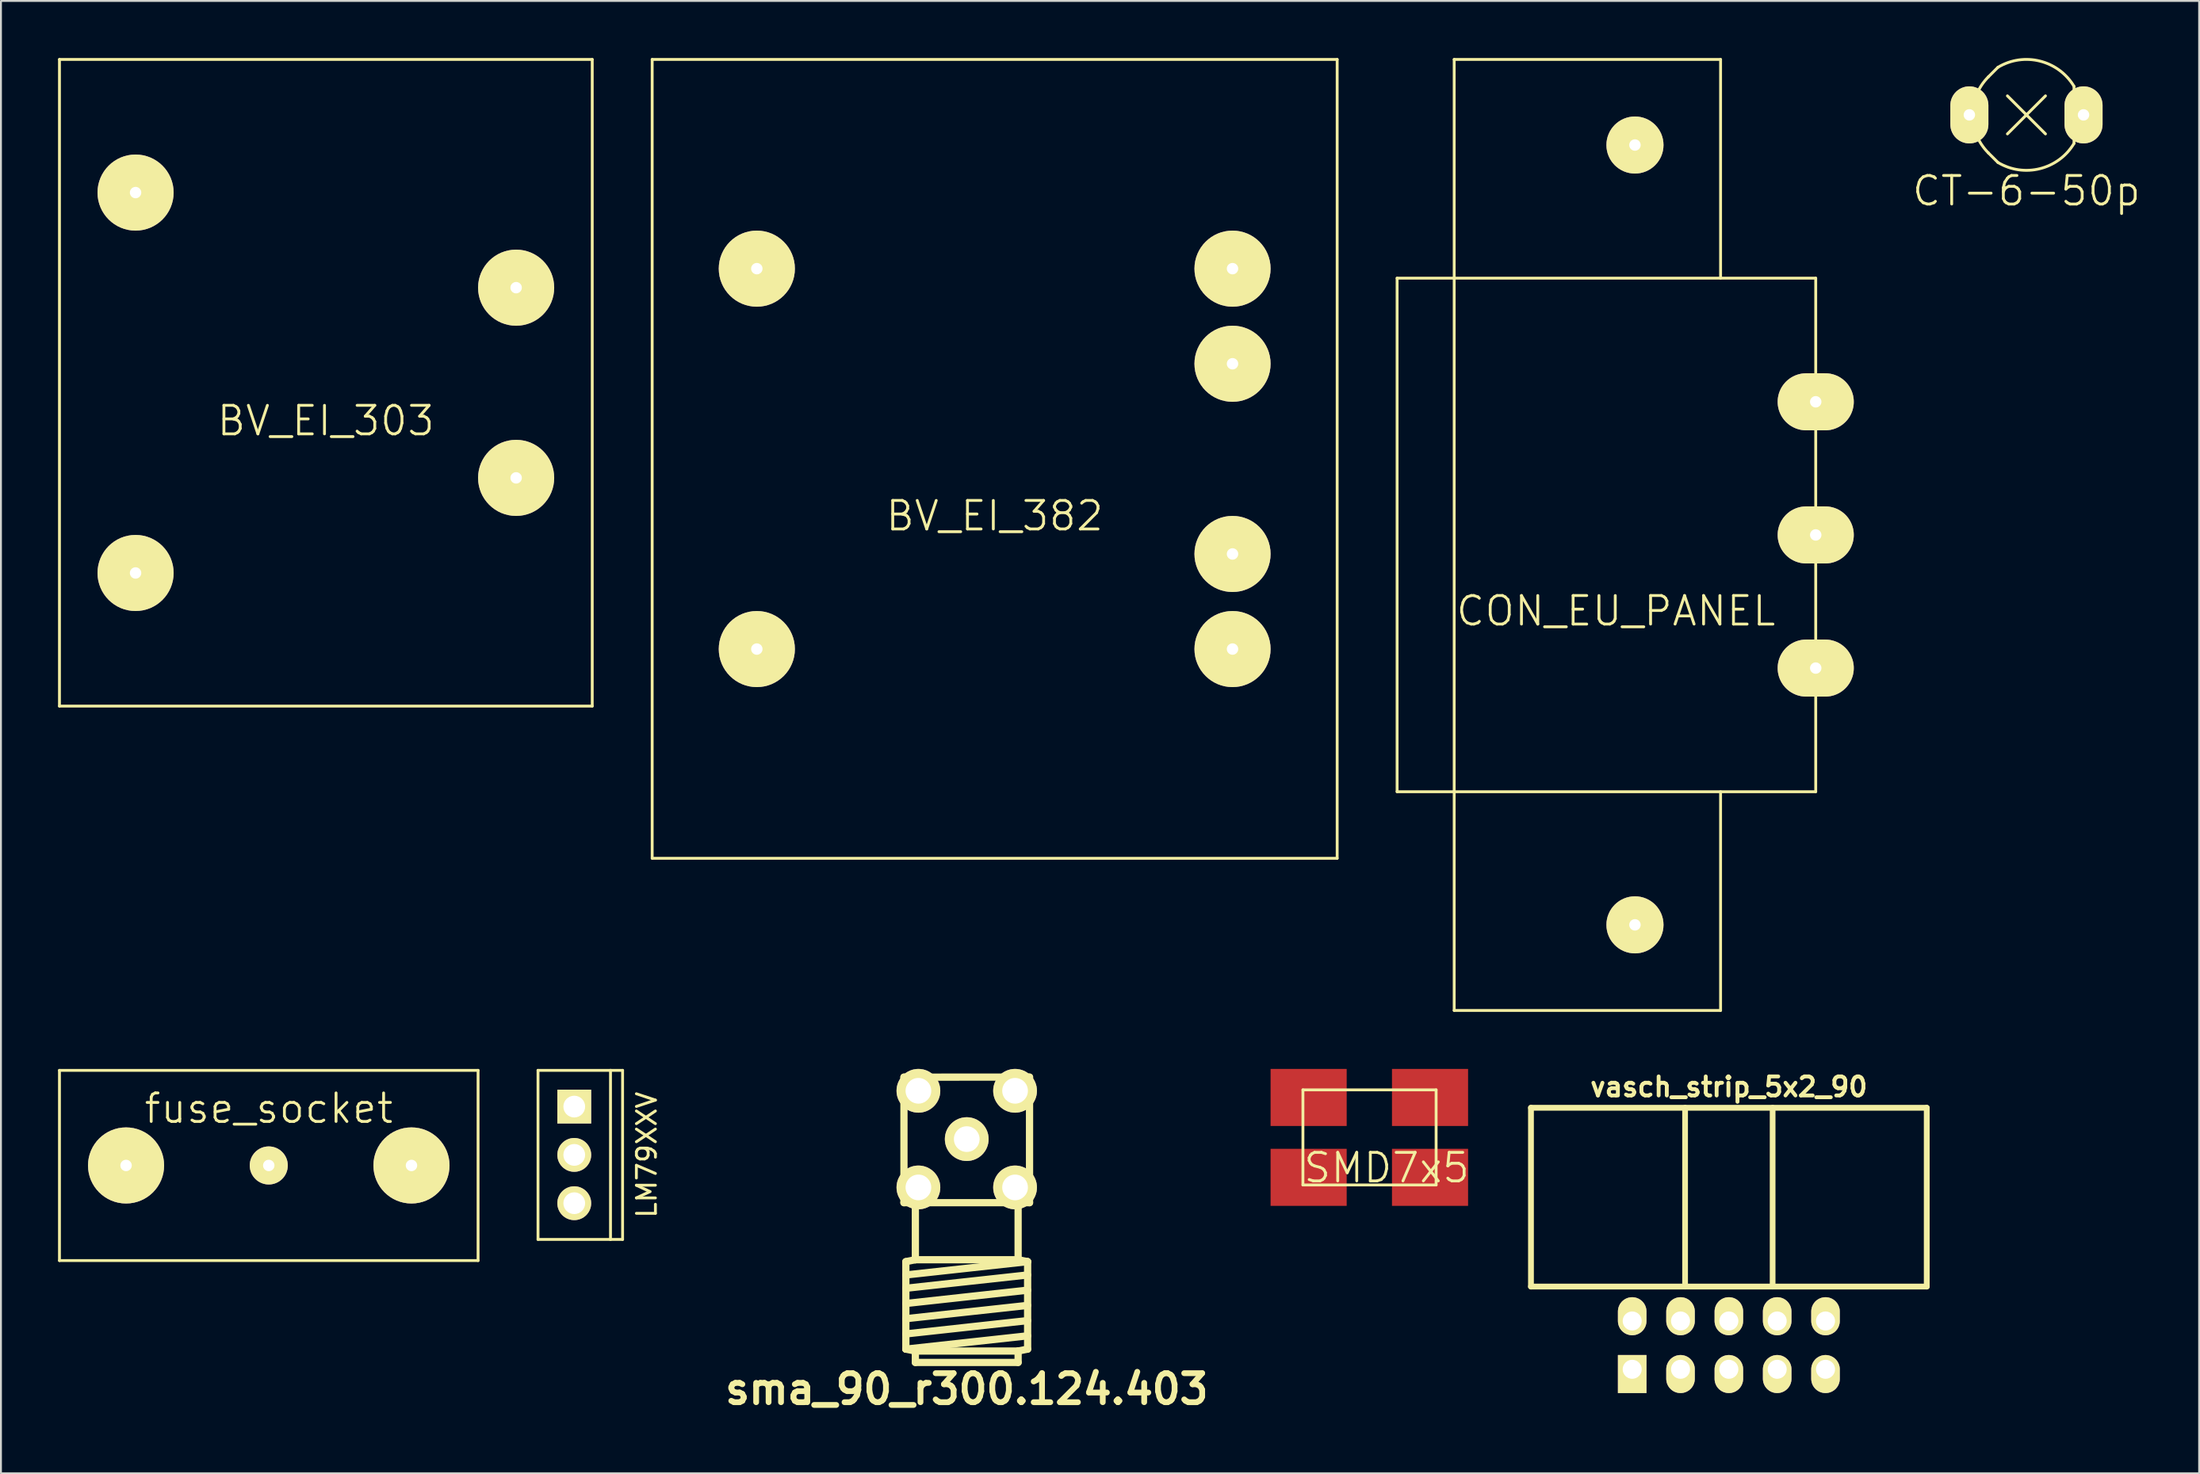
<source format=kicad_pcb>
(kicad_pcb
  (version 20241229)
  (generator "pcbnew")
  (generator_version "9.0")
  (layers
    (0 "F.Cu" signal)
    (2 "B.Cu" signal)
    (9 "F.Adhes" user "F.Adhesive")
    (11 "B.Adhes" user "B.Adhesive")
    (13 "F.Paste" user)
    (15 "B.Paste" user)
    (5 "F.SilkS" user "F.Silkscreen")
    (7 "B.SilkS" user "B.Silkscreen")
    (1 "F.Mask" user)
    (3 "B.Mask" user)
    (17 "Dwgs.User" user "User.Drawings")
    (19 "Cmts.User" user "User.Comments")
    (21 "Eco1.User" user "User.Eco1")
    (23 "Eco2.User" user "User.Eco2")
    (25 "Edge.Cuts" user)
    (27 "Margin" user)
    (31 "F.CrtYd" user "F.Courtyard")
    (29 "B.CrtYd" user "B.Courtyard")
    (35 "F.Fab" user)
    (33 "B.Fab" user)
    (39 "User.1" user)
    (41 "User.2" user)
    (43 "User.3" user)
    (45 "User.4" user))
  (footprint "sma_90_r300.124.403"
    (layer "F.Cu")
    (at 47.757 61.082)
    (property "Reference" "sma_90_r300.124.403" (at 0 8.9 0) (layer "F.SilkS") (effects (font (size 1.524 1.524) (thickness 0.305))))
    (attr through_hole)
    (fp_line (start -3.3 -7.5) (end 3.3 -7.502) (stroke (width 0.381) (type solid)) (layer "F.SilkS"))
    (fp_line (start -3.3 -0.9) (end -3.3 -7.5) (stroke (width 0.381) (type solid)) (layer "F.SilkS"))
    (fp_line (start -3.2 2.2) (end -3.2 6.8) (stroke (width 0.381) (type solid)) (layer "F.SilkS"))
    (fp_line (start -3.2 2.2) (end -2.7 2.1) (stroke (width 0.381) (type solid)) (layer "F.SilkS"))
    (fp_line (start -3.2 2.9) (end 3.2 2.2) (stroke (width 0.381) (type solid)) (layer "F.SilkS"))
    (fp_line (start -3.2 3.6) (end 3.2 2.9) (stroke (width 0.381) (type solid)) (layer "F.SilkS"))
    (fp_line (start -3.2 4.4) (end 3.2 3.7) (stroke (width 0.381) (type solid)) (layer "F.SilkS"))
    (fp_line (start -3.2 5.2) (end 3.2 4.5) (stroke (width 0.381) (type solid)) (layer "F.SilkS"))
    (fp_line (start -3.2 6) (end 3.2 5.3) (stroke (width 0.381) (type solid)) (layer "F.SilkS"))
    (fp_line (start -3.2 6.8) (end -2.7 6.9) (stroke (width 0.381) (type solid)) (layer "F.SilkS"))
    (fp_line (start -3.2 6.8) (end 3.2 6.1) (stroke (width 0.381) (type solid)) (layer "F.SilkS"))
    (fp_line (start -2.7 2.1) (end -2.7 -0.9) (stroke (width 0.381) (type solid)) (layer "F.SilkS"))
    (fp_line (start -2.7 2.1) (end 2.7 2.1) (stroke (width 0.381) (type solid)) (layer "F.SilkS"))
    (fp_line (start -2.7 6.9) (end 2.7 6.9) (stroke (width 0.381) (type solid)) (layer "F.SilkS"))
    (fp_line (start -2.7 7.5) (end -2.7 6.9) (stroke (width 0.381) (type solid)) (layer "F.SilkS"))
    (fp_line (start -2.7 7.5) (end 2.7 7.5) (stroke (width 0.381) (type solid)) (layer "F.SilkS"))
    (fp_line (start 2.7 -0.9) (end 2.7 2.1) (stroke (width 0.381) (type solid)) (layer "F.SilkS"))
    (fp_line (start 2.7 2.1) (end 3.2 2.2) (stroke (width 0.381) (type solid)) (layer "F.SilkS"))
    (fp_line (start 2.7 6.9) (end 3.2 6.8) (stroke (width 0.381) (type solid)) (layer "F.SilkS"))
    (fp_line (start 2.7 7.5) (end 2.7 6.9) (stroke (width 0.381) (type solid)) (layer "F.SilkS"))
    (fp_line (start 3.2 2.2) (end 3.2 6.8) (stroke (width 0.381) (type solid)) (layer "F.SilkS"))
    (fp_line (start 3.3 -7.5) (end 3.3 -0.9) (stroke (width 0.381) (type solid)) (layer "F.SilkS"))
    (fp_line (start 3.3 -0.9) (end -3.3 -0.9) (stroke (width 0.381) (type solid)) (layer "F.SilkS"))
    (pad "1" thru_hole circle (at 0 -4.242) (size 2.3 2.3) (drill 1.35) (layers "*.Cu" "*.Mask" "F.SilkS"))
    (pad "2" thru_hole circle (at -2.54 -6.782) (size 2.3 2.3) (drill 1.35) (layers "*.Cu" "*.Mask" "F.SilkS"))
    (pad "2" thru_hole circle (at -2.54 -1.702) (size 2.3 2.3) (drill 1.35) (layers "*.Cu" "*.Mask" "F.SilkS"))
    (pad "2" thru_hole circle (at 2.54 -6.782) (size 2.3 2.3) (drill 1.35) (layers "*.Cu" "*.Mask" "F.SilkS"))
    (pad "2" thru_hole circle (at 2.54 -1.702) (size 2.3 2.3) (drill 1.35) (layers "*.Cu" "*.Mask" "F.SilkS")))
  (footprint "vasch_strip_5x2_90"
    (layer "F.Cu")
    (at 87.81 62.592)
    (property "Reference" "vasch_strip_5x2_90" (at 0 -8.5 0) (layer "F.SilkS") (effects (font (size 1 1) (thickness 0.203))))
    (attr through_hole)
    (fp_line (start -10.4 -7.4) (end -10.4 2) (stroke (width 0.305) (type solid)) (layer "F.SilkS"))
    (fp_line (start -10.4 2) (end 10.4 2) (stroke (width 0.305) (type solid)) (layer "F.SilkS"))
    (fp_line (start -2.3 -7.4) (end -2.3 2) (stroke (width 0.3) (type solid)) (layer "F.SilkS"))
    (fp_line (start 2.3 -7.4) (end 2.3 2) (stroke (width 0.3) (type solid)) (layer "F.SilkS"))
    (fp_line (start 10.4 -7.4) (end -10.4 -7.4) (stroke (width 0.305) (type solid)) (layer "F.SilkS"))
    (fp_line (start 10.4 -7.4) (end 10.4 2) (stroke (width 0.305) (type solid)) (layer "F.SilkS"))
    (pad "1" thru_hole rect (at -5.08 6.35) (size 1.5 2) (drill 1 (offset 0 0.25)) (layers "*.Cu" "*.Mask" "F.SilkS"))
    (pad "2" thru_hole oval (at -5.08 3.81) (size 1.5 2) (drill 1 (offset 0 -0.25)) (layers "*.Cu" "*.Mask" "F.SilkS"))
    (pad "3" thru_hole oval (at -2.54 6.35) (size 1.5 2) (drill 1 (offset 0 0.25)) (layers "*.Cu" "*.Mask" "F.SilkS"))
    (pad "4" thru_hole oval (at -2.54 3.81) (size 1.5 2) (drill 1 (offset 0 -0.25)) (layers "*.Cu" "*.Mask" "F.SilkS"))
    (pad "5" thru_hole oval (at 0 6.35) (size 1.5 2) (drill 1 (offset 0 0.25)) (layers "*.Cu" "*.Mask" "F.SilkS"))
    (pad "6" thru_hole oval (at 0 3.81) (size 1.5 2) (drill 1 (offset 0 -0.25)) (layers "*.Cu" "*.Mask" "F.SilkS"))
    (pad "7" thru_hole oval (at 2.54 6.35) (size 1.5 2) (drill 1 (offset 0 0.25)) (layers "*.Cu" "*.Mask" "F.SilkS"))
    (pad "8" thru_hole oval (at 2.54 3.81) (size 1.5 2) (drill 1 (offset 0 -0.25)) (layers "*.Cu" "*.Mask" "F.SilkS"))
    (pad "9" thru_hole oval (at 5.08 6.35) (size 1.5 2) (drill 1 (offset 0 0.25)) (layers "*.Cu" "*.Mask" "F.SilkS"))
    (pad "10" thru_hole oval (at 5.08 3.81) (size 1.5 2) (drill 1 (offset 0 -0.25)) (layers "*.Cu" "*.Mask" "F.SilkS")))
  (footprint "CON_EU_PANEL"
    (layer "F.Cu")
    (at 92.375 25.075)
    (property "Reference" "CON_EU_PANEL" (at -10.5 4 0) (layer "F.SilkS") (effects (font (size 1.5 1.5) (thickness 0.15))))
    (attr through_hole)
    (fp_line (start -22 -13.5) (end -19 -13.5) (stroke (width 0.15) (type solid)) (layer "F.SilkS"))
    (fp_line (start -22 13.5) (end -22 -13.5) (stroke (width 0.15) (type solid)) (layer "F.SilkS"))
    (fp_line (start -19 -25) (end -5 -25) (stroke (width 0.15) (type solid)) (layer "F.SilkS"))
    (fp_line (start -19 -13.5) (end -19 -25) (stroke (width 0.15) (type solid)) (layer "F.SilkS"))
    (fp_line (start -19 -13.5) (end -19 13.5) (stroke (width 0.15) (type solid)) (layer "F.SilkS"))
    (fp_line (start -19 13.5) (end -22 13.5) (stroke (width 0.15) (type solid)) (layer "F.SilkS"))
    (fp_line (start -19 13.5) (end -19 25) (stroke (width 0.15) (type solid)) (layer "F.SilkS"))
    (fp_line (start -19 13.5) (end 0 13.5) (stroke (width 0.15) (type solid)) (layer "F.SilkS"))
    (fp_line (start -19 25) (end -5 25) (stroke (width 0.15) (type solid)) (layer "F.SilkS"))
    (fp_line (start -5 -25) (end -5 -13.5) (stroke (width 0.15) (type solid)) (layer "F.SilkS"))
    (fp_line (start -5 25) (end -5 13.5) (stroke (width 0.15) (type solid)) (layer "F.SilkS"))
    (fp_line (start 0 -13.5) (end -19 -13.5) (stroke (width 0.15) (type solid)) (layer "F.SilkS"))
    (fp_line (start 0 13.5) (end 0 -13.5) (stroke (width 0.15) (type solid)) (layer "F.SilkS"))
    (pad "" np_thru_hole circle (at -9.5 -20.5) (size 3 3) (drill 0.6) (layers "*.Cu" "*.Mask" "F.SilkS"))
    (pad "" np_thru_hole circle (at -9.5 20.5) (size 3 3) (drill 0.6) (layers "*.Cu" "*.Mask" "F.SilkS"))
    (pad "1" thru_hole oval (at 0 -7) (size 4 3) (drill 0.6) (layers "*.Cu" "*.Mask" "F.SilkS"))
    (pad "2" thru_hole oval (at 0 0) (size 4 3) (drill 0.6) (layers "*.Cu" "*.Mask" "F.SilkS"))
    (pad "3" thru_hole oval (at 0 7) (size 4 3) (drill 0.6) (layers "*.Cu" "*.Mask" "F.SilkS")))
  (footprint "CT-6-50p"
    (layer "F.Cu")
    (at 103.45 2.99)
    (property "Reference" "CT-6-50p" (at 0 4 0) (layer "F.SilkS") (effects (font (size 1.5 1.5) (thickness 0.15))))
    (attr through_hole)
    (fp_line (start -2 -2) (end -1.5 -2.5) (stroke (width 0.15) (type solid)) (layer "F.SilkS"))
    (fp_line (start -2 2) (end -1.5 2.5) (stroke (width 0.15) (type solid)) (layer "F.SilkS"))
    (fp_line (start -1 1) (end 1 -1) (stroke (width 0.15) (type solid)) (layer "F.SilkS"))
    (fp_line (start 1 1) (end -1 -1) (stroke (width 0.15) (type solid)) (layer "F.SilkS"))
    (fp_line (start 2.5 -1.5) (end 2.5 0) (stroke (width 0.15) (type solid)) (layer "F.SilkS"))
    (fp_line (start 2.5 0) (end 2.5 1.5) (stroke (width 0.15) (type solid)) (layer "F.SilkS"))
    (fp_arc (start -2 2) (mid -2.828427 0) (end -2 -2) (stroke (width 0.15) (type solid)) (layer "F.SilkS"))
    (fp_arc (start -1.5 -2.5) (mid 0.707107 -2.828427) (end 2.5 -1.5) (stroke (width 0.15) (type solid)) (layer "F.SilkS"))
    (fp_arc (start 2.5 1.5) (mid 0.707107 2.828427) (end -1.5 2.5) (stroke (width 0.15) (type solid)) (layer "F.SilkS"))
    (pad "1" thru_hole oval (at -3 0) (size 2 3) (drill 0.6) (layers "*.Cu" "*.Mask" "F.SilkS"))
    (pad "2" thru_hole oval (at 3 0) (size 2 3) (drill 0.6) (layers "*.Cu" "*.Mask" "F.SilkS")))
  (footprint "LM79XXV"
    (layer "F.Cu")
    (at 27.13 57.67)
    (property "Reference" "LM79XXV" (at 3.81 0 90) (layer "F.SilkS") (effects (font (size 1 1) (thickness 0.15))))
    (attr through_hole)
    (fp_line (start -1.905 -4.445) (end 1.905 -4.445) (stroke (width 0.15) (type solid)) (layer "F.SilkS"))
    (fp_line (start -1.905 4.445) (end -1.905 -4.445) (stroke (width 0.15) (type solid)) (layer "F.SilkS"))
    (fp_line (start 1.905 -4.445) (end 1.905 4.445) (stroke (width 0.15) (type solid)) (layer "F.SilkS"))
    (fp_line (start 1.905 -4.445) (end 2.54 -4.445) (stroke (width 0.15) (type solid)) (layer "F.SilkS"))
    (fp_line (start 1.905 4.445) (end -1.905 4.445) (stroke (width 0.15) (type solid)) (layer "F.SilkS"))
    (fp_line (start 2.54 -4.445) (end 2.54 4.445) (stroke (width 0.15) (type solid)) (layer "F.SilkS"))
    (fp_line (start 2.54 4.445) (end 1.905 4.445) (stroke (width 0.15) (type solid)) (layer "F.SilkS"))
    (pad "GND" thru_hole rect (at 0 -2.54) (size 1.778 1.778) (drill 1.143) (layers "*.Cu" "*.Mask" "F.SilkS"))
    (pad "VI" thru_hole circle (at 0 0) (size 1.778 1.778) (drill 1.143) (layers "*.Cu" "*.Mask" "F.SilkS"))
    (pad "VO" thru_hole circle (at 0 2.54) (size 1.778 1.778) (drill 1.143) (layers "*.Cu" "*.Mask" "F.SilkS")))
  (footprint "SMD7x5"
    (layer "F.Cu")
    (at 68.825 56.85)
    (property "Reference" "SMD7x5" (at 1 1.5 0) (layer "F.SilkS") (effects (font (size 1.5 1.5) (thickness 0.15))))
    (attr through_hole)
    (fp_line (start -3.4 -2.6) (end -3.4 2.4) (stroke (width 0.15) (type solid)) (layer "F.SilkS"))
    (fp_line (start -3.4 2.4) (end 3.6 2.4) (stroke (width 0.15) (type solid)) (layer "F.SilkS"))
    (fp_line (start 3.6 -2.6) (end -3.4 -2.6) (stroke (width 0.15) (type solid)) (layer "F.SilkS"))
    (fp_line (start 3.6 2.4) (end 3.6 -2.6) (stroke (width 0.15) (type solid)) (layer "F.SilkS"))
    (pad "1" smd rect (at -3.1 2) (size 4 3) (layers "F.Cu" "F.Mask" "F.Paste"))
    (pad "2" smd rect (at 3.28 2) (size 4 3) (layers "F.Cu" "F.Mask" "F.Paste"))
    (pad "3" smd rect (at 3.28 -2.2) (size 4 3) (layers "F.Cu" "F.Mask" "F.Paste"))
    (pad "4" smd rect (at -3.1 -2.2) (size 4 3) (layers "F.Cu" "F.Mask" "F.Paste")))
  (footprint "fuse_socket"
    (layer "F.Cu")
    (at 11.075 58.225)
    (property "Reference" "fuse_socket" (at 0 -3 0) (layer "F.SilkS") (effects (font (size 1.5 1.5) (thickness 0.15))))
    (attr through_hole)
    (fp_line (start -11 -5) (end 11 -5) (stroke (width 0.15) (type solid)) (layer "F.SilkS"))
    (fp_line (start -11 5) (end -11 -5) (stroke (width 0.15) (type solid)) (layer "F.SilkS"))
    (fp_line (start 11 -5) (end 11 5) (stroke (width 0.15) (type solid)) (layer "F.SilkS"))
    (fp_line (start 11 5) (end -11 5) (stroke (width 0.15) (type solid)) (layer "F.SilkS"))
    (pad "" np_thru_hole circle (at 0 0) (size 2 2) (drill 0.6) (layers "*.Cu" "*.Mask" "F.SilkS"))
    (pad "1" thru_hole circle (at -7.5 0) (size 4 4) (drill 0.6) (layers "*.Cu" "*.Mask" "F.SilkS"))
    (pad "2" thru_hole circle (at 7.5 0) (size 4 4) (drill 0.6) (layers "*.Cu" "*.Mask" "F.SilkS")))
  (footprint "BV_EI_382"
    (layer "F.Cu")
    (at 49.225 21.075)
    (property "Reference" "BV_EI_382" (at 0 3 0) (layer "F.SilkS") (effects (font (size 1.5 1.5) (thickness 0.15))))
    (attr through_hole)
    (fp_line (start -18 -21) (end -18 21) (stroke (width 0.15) (type solid)) (layer "F.SilkS"))
    (fp_line (start -18 21) (end 18 21) (stroke (width 0.15) (type solid)) (layer "F.SilkS"))
    (fp_line (start 18 -21) (end -18 -21) (stroke (width 0.15) (type solid)) (layer "F.SilkS"))
    (fp_line (start 18 21) (end 18 -21) (stroke (width 0.15) (type solid)) (layer "F.SilkS"))
    (pad "1" thru_hole circle (at -12.5 -10) (size 4 4) (drill 0.6) (layers "*.Cu" "*.Mask" "F.SilkS"))
    (pad "2" thru_hole circle (at -12.5 10) (size 4 4) (drill 0.6) (layers "*.Cu" "*.Mask" "F.SilkS"))
    (pad "3" thru_hole circle (at 12.5 -10) (size 4 4) (drill 0.6) (layers "*.Cu" "*.Mask" "F.SilkS"))
    (pad "4" thru_hole circle (at 12.5 -5) (size 4 4) (drill 0.6) (layers "*.Cu" "*.Mask" "F.SilkS"))
    (pad "5" thru_hole circle (at 12.5 5) (size 4 4) (drill 0.6) (layers "*.Cu" "*.Mask" "F.SilkS"))
    (pad "6" thru_hole circle (at 12.5 10) (size 4 4) (drill 0.6) (layers "*.Cu" "*.Mask" "F.SilkS")))
  (footprint "BV_EI_303"
    (layer "F.Cu")
    (at 14.075 17.075)
    (property "Reference" "BV_EI_303" (at 0 2 0) (layer "F.SilkS") (effects (font (size 1.5 1.5) (thickness 0.15))))
    (attr through_hole)
    (fp_line (start -14 -17) (end -14 17) (stroke (width 0.15) (type solid)) (layer "F.SilkS"))
    (fp_line (start -14 17) (end 14 17) (stroke (width 0.15) (type solid)) (layer "F.SilkS"))
    (fp_line (start 14 -17) (end -14 -17) (stroke (width 0.15) (type solid)) (layer "F.SilkS"))
    (fp_line (start 14 17) (end 14 -17) (stroke (width 0.15) (type solid)) (layer "F.SilkS"))
    (pad "1" thru_hole circle (at -10 -10) (size 4 4) (drill 0.6) (layers "*.Cu" "*.Mask" "F.SilkS"))
    (pad "2" thru_hole circle (at -10 10) (size 4 4) (drill 0.6) (layers "*.Cu" "*.Mask" "F.SilkS"))
    (pad "3" thru_hole circle (at 10 5) (size 4 4) (drill 0.6) (layers "*.Cu" "*.Mask" "F.SilkS"))
    (pad "4" thru_hole circle (at 10 -5) (size 4 4) (drill 0.6) (layers "*.Cu" "*.Mask" "F.SilkS")))
  (gr_rect
    (start -3 -3)
    (end 112.525 74.408)
    (stroke (width 0.1) (type default))
    (fill no)
    (layer "Edge.Cuts")))
</source>
